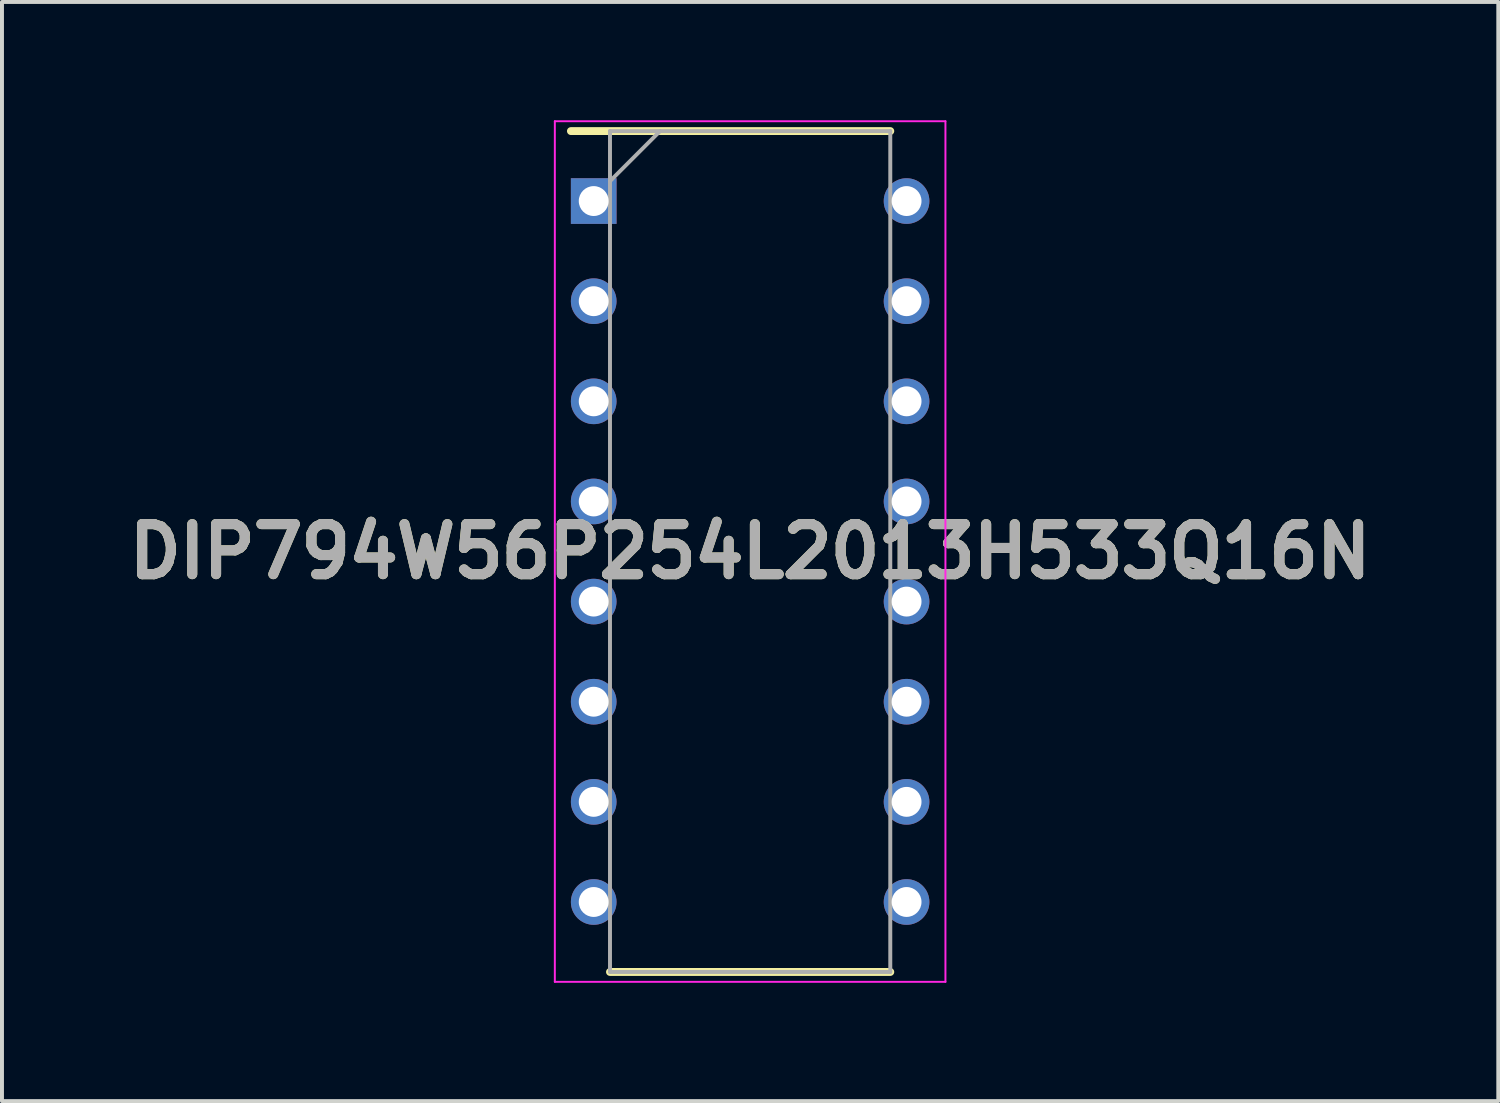
<source format=kicad_pcb>
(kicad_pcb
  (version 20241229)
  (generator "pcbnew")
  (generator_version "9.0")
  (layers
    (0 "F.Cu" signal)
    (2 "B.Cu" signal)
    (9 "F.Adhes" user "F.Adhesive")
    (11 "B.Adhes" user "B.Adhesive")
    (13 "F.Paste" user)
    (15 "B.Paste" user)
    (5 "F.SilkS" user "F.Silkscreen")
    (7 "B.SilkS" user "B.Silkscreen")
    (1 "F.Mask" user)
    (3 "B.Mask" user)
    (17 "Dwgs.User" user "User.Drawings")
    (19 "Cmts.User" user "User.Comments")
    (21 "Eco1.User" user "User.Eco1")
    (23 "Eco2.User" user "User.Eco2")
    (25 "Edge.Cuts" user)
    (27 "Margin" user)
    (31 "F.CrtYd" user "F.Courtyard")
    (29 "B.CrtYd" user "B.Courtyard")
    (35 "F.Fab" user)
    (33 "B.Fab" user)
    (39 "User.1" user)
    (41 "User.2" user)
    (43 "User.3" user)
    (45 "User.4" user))
  (footprint "DIP794W56P254L2013H533Q16N"
    (layer "F.Cu")
    (at 15.978 10.94)
    (property "Reference" "DIP794W56P254L2013H533Q16N" (at 0 0 0) (layer "F.SilkS") (effects (font (size 1.27 1.27) (thickness 0.254))))
    (attr through_hole)
    (fp_line (start -4.546 -10.665) (end 3.555 -10.665) (stroke (width 0.2) (type solid)) (layer "F.SilkS"))
    (fp_line (start -3.555 10.665) (end 3.555 10.665) (stroke (width 0.2) (type solid)) (layer "F.SilkS"))
    (fp_line (start -4.954 -10.915) (end 4.954 -10.915) (stroke (width 0.05) (type solid)) (layer "F.CrtYd"))
    (fp_line (start -4.954 10.915) (end -4.954 -10.915) (stroke (width 0.05) (type solid)) (layer "F.CrtYd"))
    (fp_line (start 4.954 -10.915) (end 4.954 10.915) (stroke (width 0.05) (type solid)) (layer "F.CrtYd"))
    (fp_line (start 4.954 10.915) (end -4.954 10.915) (stroke (width 0.05) (type solid)) (layer "F.CrtYd"))
    (fp_line (start -3.555 -10.665) (end 3.555 -10.665) (stroke (width 0.1) (type solid)) (layer "F.Fab"))
    (fp_line (start -3.555 -9.395) (end -2.285 -10.665) (stroke (width 0.1) (type solid)) (layer "F.Fab"))
    (fp_line (start -3.555 10.665) (end -3.555 -10.665) (stroke (width 0.1) (type solid)) (layer "F.Fab"))
    (fp_line (start 3.555 -10.665) (end 3.555 10.665) (stroke (width 0.1) (type solid)) (layer "F.Fab"))
    (fp_line (start 3.555 10.665) (end -3.555 10.665) (stroke (width 0.1) (type solid)) (layer "F.Fab"))
    (fp_text user "${REFERENCE}" (at 0 0 0) (layer "F.Fab") (effects (font (size 1.27 1.27) (thickness 0.254))))
    (pad "1" thru_hole rect (at -3.968 -8.89) (size 1.158 1.158) (drill 0.758) (layers "*.Cu" "*.Mask"))
    (pad "2" thru_hole circle (at -3.968 -6.35) (size 1.158 1.158) (drill 0.758) (layers "*.Cu" "*.Mask"))
    (pad "3" thru_hole circle (at -3.968 -3.81) (size 1.158 1.158) (drill 0.758) (layers "*.Cu" "*.Mask"))
    (pad "4" thru_hole circle (at -3.968 -1.27) (size 1.158 1.158) (drill 0.758) (layers "*.Cu" "*.Mask"))
    (pad "5" thru_hole circle (at -3.968 1.27) (size 1.158 1.158) (drill 0.758) (layers "*.Cu" "*.Mask"))
    (pad "6" thru_hole circle (at -3.968 3.81) (size 1.158 1.158) (drill 0.758) (layers "*.Cu" "*.Mask"))
    (pad "7" thru_hole circle (at -3.968 6.35) (size 1.158 1.158) (drill 0.758) (layers "*.Cu" "*.Mask"))
    (pad "8" thru_hole circle (at -3.968 8.89) (size 1.158 1.158) (drill 0.758) (layers "*.Cu" "*.Mask"))
    (pad "9" thru_hole circle (at 3.968 8.89) (size 1.158 1.158) (drill 0.758) (layers "*.Cu" "*.Mask"))
    (pad "10" thru_hole circle (at 3.968 6.35) (size 1.158 1.158) (drill 0.758) (layers "*.Cu" "*.Mask"))
    (pad "11" thru_hole circle (at 3.968 3.81) (size 1.158 1.158) (drill 0.758) (layers "*.Cu" "*.Mask"))
    (pad "12" thru_hole circle (at 3.968 1.27) (size 1.158 1.158) (drill 0.758) (layers "*.Cu" "*.Mask"))
    (pad "13" thru_hole circle (at 3.968 -1.27) (size 1.158 1.158) (drill 0.758) (layers "*.Cu" "*.Mask"))
    (pad "14" thru_hole circle (at 3.968 -3.81) (size 1.158 1.158) (drill 0.758) (layers "*.Cu" "*.Mask"))
    (pad "15" thru_hole circle (at 3.968 -6.35) (size 1.158 1.158) (drill 0.758) (layers "*.Cu" "*.Mask"))
    (pad "16" thru_hole circle (at 3.968 -8.89) (size 1.158 1.158) (drill 0.758) (layers "*.Cu" "*.Mask")))
  (gr_rect
    (start -3 -3)
    (end 34.956 24.88)
    (stroke (width 0.1) (type default))
    (fill no)
    (layer "Edge.Cuts")))
</source>
